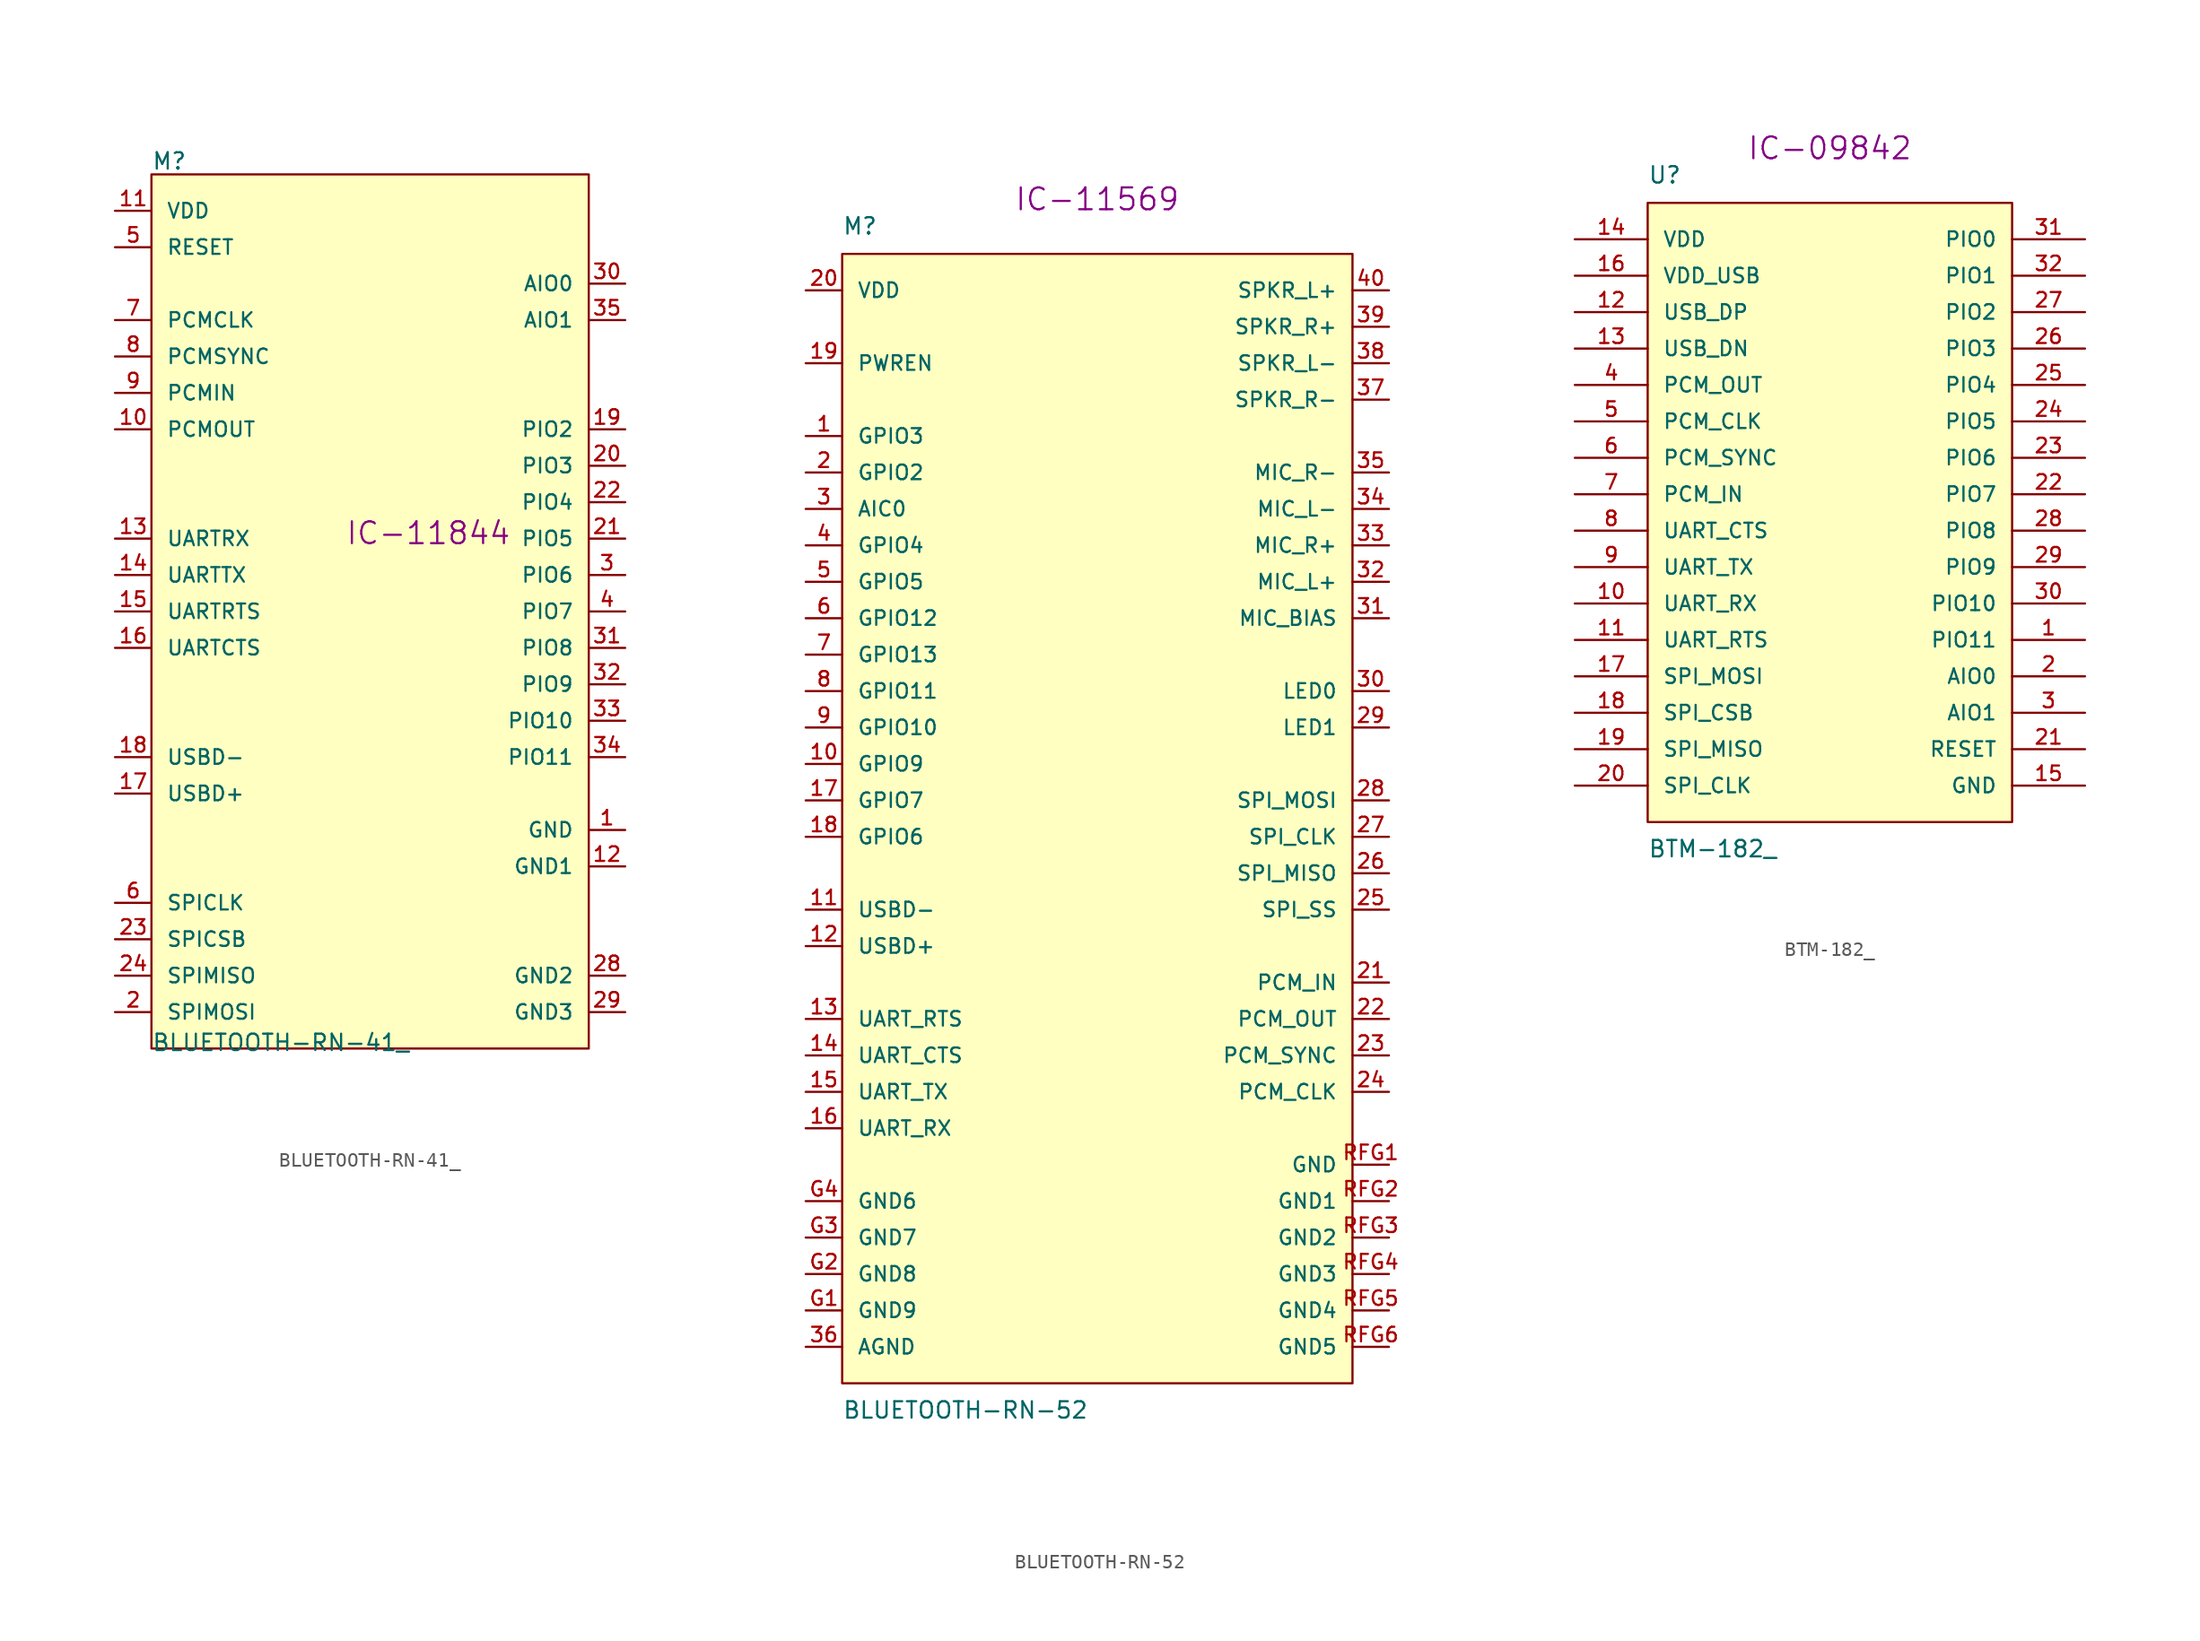
<source format=kicad_sym>
(kicad_symbol_lib
  (version 20201005)
  (generator kicad_symbol_editor)
  (symbol "BLUETOOTH-RN-41_"
    (pin_names
      (offset 1.016))
    (property "Reference" "M"
      (at -15.24 30.734 0)
      (effects (font (size 1.143 1.143)) (justify left bottom)))
    (property "Value" "BLUETOOTH-RN-41_"
      (at -15.24 -30.734 0)
      (effects (font (size 1.143 1.143)) (justify left bottom)))
    (property "Field4" "IC-11844"
      (at 4.064 5.461 0)
      (effects (font (size 1.524 1.524))))
    (property "ki_locked" ""
      (at 0 0 0)
      (effects (font (size 1.27 1.27))))
    (symbol "BLUETOOTH-RN-41__1_1"
      (polyline (pts (xy -15.24 -30.48) (xy 15.24 -30.48) (xy 15.24 30.48) (xy -15.24 30.48) (xy -15.24 -30.48)) (stroke (width 0)) (fill (type background)))
      (pin bidirectional line (at 17.78 -15.24 180) (length 2.54) (name "GND" (effects (font (size 1.016 1.016)))) (number "1" (effects (font (size 1.016 1.016)))))
      (pin bidirectional line (at -17.78 -27.94 0) (length 2.54) (name "SPIMOSI" (effects (font (size 1.016 1.016)))) (number "2" (effects (font (size 1.016 1.016)))))
      (pin bidirectional line (at 17.78 2.54 180) (length 2.54) (name "PIO6" (effects (font (size 1.016 1.016)))) (number "3" (effects (font (size 1.016 1.016)))))
      (pin bidirectional line (at 17.78 0 180) (length 2.54) (name "PIO7" (effects (font (size 1.016 1.016)))) (number "4" (effects (font (size 1.016 1.016)))))
      (pin bidirectional line (at -17.78 25.4 0) (length 2.54) (name "RESET" (effects (font (size 1.016 1.016)))) (number "5" (effects (font (size 1.016 1.016)))))
      (pin bidirectional line (at -17.78 -20.32 0) (length 2.54) (name "SPICLK" (effects (font (size 1.016 1.016)))) (number "6" (effects (font (size 1.016 1.016)))))
      (pin bidirectional line (at -17.78 20.32 0) (length 2.54) (name "PCMCLK" (effects (font (size 1.016 1.016)))) (number "7" (effects (font (size 1.016 1.016)))))
      (pin bidirectional line (at -17.78 17.78 0) (length 2.54) (name "PCMSYNC" (effects (font (size 1.016 1.016)))) (number "8" (effects (font (size 1.016 1.016)))))
      (pin bidirectional line (at -17.78 15.24 0) (length 2.54) (name "PCMIN" (effects (font (size 1.016 1.016)))) (number "9" (effects (font (size 1.016 1.016)))))
      (pin bidirectional line (at -17.78 12.7 0) (length 2.54) (name "PCMOUT" (effects (font (size 1.016 1.016)))) (number "10" (effects (font (size 1.016 1.016)))))
      (pin bidirectional line (at 17.78 10.16 180) (length 2.54) (name "PIO3" (effects (font (size 1.016 1.016)))) (number "20" (effects (font (size 1.016 1.016)))))
      (pin bidirectional line (at 17.78 22.86 180) (length 2.54) (name "AIO0" (effects (font (size 1.016 1.016)))) (number "30" (effects (font (size 1.016 1.016)))))
      (pin bidirectional line (at -17.78 27.94 0) (length 2.54) (name "VDD" (effects (font (size 1.016 1.016)))) (number "11" (effects (font (size 1.016 1.016)))))
      (pin bidirectional line (at 17.78 5.08 180) (length 2.54) (name "PIO5" (effects (font (size 1.016 1.016)))) (number "21" (effects (font (size 1.016 1.016)))))
      (pin bidirectional line (at 17.78 -2.54 180) (length 2.54) (name "PIO8" (effects (font (size 1.016 1.016)))) (number "31" (effects (font (size 1.016 1.016)))))
      (pin bidirectional line (at 17.78 -17.78 180) (length 2.54) (name "GND1" (effects (font (size 1.016 1.016)))) (number "12" (effects (font (size 1.016 1.016)))))
      (pin bidirectional line (at 17.78 7.62 180) (length 2.54) (name "PIO4" (effects (font (size 1.016 1.016)))) (number "22" (effects (font (size 1.016 1.016)))))
      (pin bidirectional line (at 17.78 -5.08 180) (length 2.54) (name "PIO9" (effects (font (size 1.016 1.016)))) (number "32" (effects (font (size 1.016 1.016)))))
      (pin bidirectional line (at -17.78 5.08 0) (length 2.54) (name "UARTRX" (effects (font (size 1.016 1.016)))) (number "13" (effects (font (size 1.016 1.016)))))
      (pin bidirectional line (at -17.78 -22.86 0) (length 2.54) (name "SPICSB" (effects (font (size 1.016 1.016)))) (number "23" (effects (font (size 1.016 1.016)))))
      (pin bidirectional line (at 17.78 -7.62 180) (length 2.54) (name "PIO10" (effects (font (size 1.016 1.016)))) (number "33" (effects (font (size 1.016 1.016)))))
      (pin bidirectional line (at -17.78 2.54 0) (length 2.54) (name "UARTTX" (effects (font (size 1.016 1.016)))) (number "14" (effects (font (size 1.016 1.016)))))
      (pin bidirectional line (at -17.78 -25.4 0) (length 2.54) (name "SPIMISO" (effects (font (size 1.016 1.016)))) (number "24" (effects (font (size 1.016 1.016)))))
      (pin bidirectional line (at 17.78 -10.16 180) (length 2.54) (name "PIO11" (effects (font (size 1.016 1.016)))) (number "34" (effects (font (size 1.016 1.016)))))
      (pin bidirectional line (at -17.78 0 0) (length 2.54) (name "UARTRTS" (effects (font (size 1.016 1.016)))) (number "15" (effects (font (size 1.016 1.016)))))
      (pin bidirectional line (at 17.78 20.32 180) (length 2.54) (name "AIO1" (effects (font (size 1.016 1.016)))) (number "35" (effects (font (size 1.016 1.016)))))
      (pin bidirectional line (at -17.78 -2.54 0) (length 2.54) (name "UARTCTS" (effects (font (size 1.016 1.016)))) (number "16" (effects (font (size 1.016 1.016)))))
      (pin bidirectional line (at -17.78 -12.7 0) (length 2.54) (name "USBD+" (effects (font (size 1.016 1.016)))) (number "17" (effects (font (size 1.016 1.016)))))
      (pin bidirectional line (at -17.78 -10.16 0) (length 2.54) (name "USBD-" (effects (font (size 1.016 1.016)))) (number "18" (effects (font (size 1.016 1.016)))))
      (pin bidirectional line (at 17.78 -25.4 180) (length 2.54) (name "GND2" (effects (font (size 1.016 1.016)))) (number "28" (effects (font (size 1.016 1.016)))))
      (pin bidirectional line (at 17.78 12.7 180) (length 2.54) (name "PIO2" (effects (font (size 1.016 1.016)))) (number "19" (effects (font (size 1.016 1.016)))))
      (pin bidirectional line (at 17.78 -27.94 180) (length 2.54) (name "GND3" (effects (font (size 1.016 1.016)))) (number "29" (effects (font (size 1.016 1.016)))))))
  (symbol "BLUETOOTH-RN-52"
    (pin_names
      (offset 1.016))
    (property "Reference" "M"
      (at -17.78 39.37 0)
      (effects (font (size 1.143 1.143)) (justify left bottom)))
    (property "Value" "BLUETOOTH-RN-52"
      (at -17.78 -43.18 0)
      (effects (font (size 1.143 1.143)) (justify left bottom)))
    (property "Field4" "IC-11569"
      (at 0 41.91 0)
      (effects (font (size 1.524 1.524))))
    (property "ki_locked" ""
      (at 0 0 0)
      (effects (font (size 1.27 1.27))))
    (symbol "BLUETOOTH-RN-52_1_1"
      (polyline (pts (xy -17.78 -40.64) (xy 17.78 -40.64) (xy 17.78 38.1) (xy -17.78 38.1) (xy -17.78 -40.64)) (stroke (width 0)) (fill (type background)))
      (pin bidirectional line (at -20.32 25.4 0) (length 2.54) (name "GPIO3" (effects (font (size 1.016 1.016)))) (number "1" (effects (font (size 1.016 1.016)))))
      (pin bidirectional line (at -20.32 22.86 0) (length 2.54) (name "GPIO2" (effects (font (size 1.016 1.016)))) (number "2" (effects (font (size 1.016 1.016)))))
      (pin bidirectional line (at -20.32 20.32 0) (length 2.54) (name "AIC0" (effects (font (size 1.016 1.016)))) (number "3" (effects (font (size 1.016 1.016)))))
      (pin bidirectional line (at -20.32 17.78 0) (length 2.54) (name "GPIO4" (effects (font (size 1.016 1.016)))) (number "4" (effects (font (size 1.016 1.016)))))
      (pin bidirectional line (at -20.32 15.24 0) (length 2.54) (name "GPIO5" (effects (font (size 1.016 1.016)))) (number "5" (effects (font (size 1.016 1.016)))))
      (pin bidirectional line (at -20.32 12.7 0) (length 2.54) (name "GPIO12" (effects (font (size 1.016 1.016)))) (number "6" (effects (font (size 1.016 1.016)))))
      (pin bidirectional line (at -20.32 10.16 0) (length 2.54) (name "GPIO13" (effects (font (size 1.016 1.016)))) (number "7" (effects (font (size 1.016 1.016)))))
      (pin bidirectional line (at -20.32 7.62 0) (length 2.54) (name "GPIO11" (effects (font (size 1.016 1.016)))) (number "8" (effects (font (size 1.016 1.016)))))
      (pin bidirectional line (at -20.32 5.08 0) (length 2.54) (name "GPIO10" (effects (font (size 1.016 1.016)))) (number "9" (effects (font (size 1.016 1.016)))))
      (pin bidirectional line (at -20.32 2.54 0) (length 2.54) (name "GPIO9" (effects (font (size 1.016 1.016)))) (number "10" (effects (font (size 1.016 1.016)))))
      (pin bidirectional line (at -20.32 35.56 0) (length 2.54) (name "VDD" (effects (font (size 1.016 1.016)))) (number "20" (effects (font (size 1.016 1.016)))))
      (pin bidirectional line (at 20.32 7.62 180) (length 2.54) (name "LED0" (effects (font (size 1.016 1.016)))) (number "30" (effects (font (size 1.016 1.016)))))
      (pin bidirectional line (at 20.32 35.56 180) (length 2.54) (name "SPKR_L+" (effects (font (size 1.016 1.016)))) (number "40" (effects (font (size 1.016 1.016)))))
      (pin bidirectional line (at -20.32 -7.62 0) (length 2.54) (name "USBD-" (effects (font (size 1.016 1.016)))) (number "11" (effects (font (size 1.016 1.016)))))
      (pin bidirectional line (at 20.32 -12.7 180) (length 2.54) (name "PCM_IN" (effects (font (size 1.016 1.016)))) (number "21" (effects (font (size 1.016 1.016)))))
      (pin bidirectional line (at 20.32 12.7 180) (length 2.54) (name "MIC_BIAS" (effects (font (size 1.016 1.016)))) (number "31" (effects (font (size 1.016 1.016)))))
      (pin bidirectional line (at -20.32 -35.56 0) (length 2.54) (name "GND9" (effects (font (size 1.016 1.016)))) (number "G1" (effects (font (size 1.016 1.016)))))
      (pin bidirectional line (at -20.32 -10.16 0) (length 2.54) (name "USBD+" (effects (font (size 1.016 1.016)))) (number "12" (effects (font (size 1.016 1.016)))))
      (pin bidirectional line (at 20.32 -15.24 180) (length 2.54) (name "PCM_OUT" (effects (font (size 1.016 1.016)))) (number "22" (effects (font (size 1.016 1.016)))))
      (pin bidirectional line (at 20.32 15.24 180) (length 2.54) (name "MIC_L+" (effects (font (size 1.016 1.016)))) (number "32" (effects (font (size 1.016 1.016)))))
      (pin bidirectional line (at -20.32 -33.02 0) (length 2.54) (name "GND8" (effects (font (size 1.016 1.016)))) (number "G2" (effects (font (size 1.016 1.016)))))
      (pin bidirectional line (at -20.32 -15.24 0) (length 2.54) (name "UART_RTS" (effects (font (size 1.016 1.016)))) (number "13" (effects (font (size 1.016 1.016)))))
      (pin bidirectional line (at 20.32 -17.78 180) (length 2.54) (name "PCM_SYNC" (effects (font (size 1.016 1.016)))) (number "23" (effects (font (size 1.016 1.016)))))
      (pin bidirectional line (at 20.32 17.78 180) (length 2.54) (name "MIC_R+" (effects (font (size 1.016 1.016)))) (number "33" (effects (font (size 1.016 1.016)))))
      (pin bidirectional line (at -20.32 -30.48 0) (length 2.54) (name "GND7" (effects (font (size 1.016 1.016)))) (number "G3" (effects (font (size 1.016 1.016)))))
      (pin bidirectional line (at -20.32 -17.78 0) (length 2.54) (name "UART_CTS" (effects (font (size 1.016 1.016)))) (number "14" (effects (font (size 1.016 1.016)))))
      (pin bidirectional line (at 20.32 -20.32 180) (length 2.54) (name "PCM_CLK" (effects (font (size 1.016 1.016)))) (number "24" (effects (font (size 1.016 1.016)))))
      (pin bidirectional line (at 20.32 20.32 180) (length 2.54) (name "MIC_L-" (effects (font (size 1.016 1.016)))) (number "34" (effects (font (size 1.016 1.016)))))
      (pin bidirectional line (at -20.32 -27.94 0) (length 2.54) (name "GND6" (effects (font (size 1.016 1.016)))) (number "G4" (effects (font (size 1.016 1.016)))))
      (pin bidirectional line (at -20.32 -20.32 0) (length 2.54) (name "UART_TX" (effects (font (size 1.016 1.016)))) (number "15" (effects (font (size 1.016 1.016)))))
      (pin bidirectional line (at 20.32 -7.62 180) (length 2.54) (name "SPI_SS" (effects (font (size 1.016 1.016)))) (number "25" (effects (font (size 1.016 1.016)))))
      (pin bidirectional line (at 20.32 22.86 180) (length 2.54) (name "MIC_R-" (effects (font (size 1.016 1.016)))) (number "35" (effects (font (size 1.016 1.016)))))
      (pin bidirectional line (at -20.32 -22.86 0) (length 2.54) (name "UART_RX" (effects (font (size 1.016 1.016)))) (number "16" (effects (font (size 1.016 1.016)))))
      (pin bidirectional line (at 20.32 -5.08 180) (length 2.54) (name "SPI_MISO" (effects (font (size 1.016 1.016)))) (number "26" (effects (font (size 1.016 1.016)))))
      (pin bidirectional line (at -20.32 -38.1 0) (length 2.54) (name "AGND" (effects (font (size 1.016 1.016)))) (number "36" (effects (font (size 1.016 1.016)))))
      (pin bidirectional line (at -20.32 0 0) (length 2.54) (name "GPIO7" (effects (font (size 1.016 1.016)))) (number "17" (effects (font (size 1.016 1.016)))))
      (pin bidirectional line (at 20.32 -2.54 180) (length 2.54) (name "SPI_CLK" (effects (font (size 1.016 1.016)))) (number "27" (effects (font (size 1.016 1.016)))))
      (pin bidirectional line (at 20.32 27.94 180) (length 2.54) (name "SPKR_R-" (effects (font (size 1.016 1.016)))) (number "37" (effects (font (size 1.016 1.016)))))
      (pin bidirectional line (at -20.32 -2.54 0) (length 2.54) (name "GPIO6" (effects (font (size 1.016 1.016)))) (number "18" (effects (font (size 1.016 1.016)))))
      (pin bidirectional line (at 20.32 0 180) (length 2.54) (name "SPI_MOSI" (effects (font (size 1.016 1.016)))) (number "28" (effects (font (size 1.016 1.016)))))
      (pin bidirectional line (at 20.32 30.48 180) (length 2.54) (name "SPKR_L-" (effects (font (size 1.016 1.016)))) (number "38" (effects (font (size 1.016 1.016)))))
      (pin bidirectional line (at -20.32 30.48 0) (length 2.54) (name "PWREN" (effects (font (size 1.016 1.016)))) (number "19" (effects (font (size 1.016 1.016)))))
      (pin bidirectional line (at 20.32 5.08 180) (length 2.54) (name "LED1" (effects (font (size 1.016 1.016)))) (number "29" (effects (font (size 1.016 1.016)))))
      (pin bidirectional line (at 20.32 33.02 180) (length 2.54) (name "SPKR_R+" (effects (font (size 1.016 1.016)))) (number "39" (effects (font (size 1.016 1.016)))))
      (pin bidirectional line (at 20.32 -25.4 180) (length 2.54) (name "GND" (effects (font (size 1.016 1.016)))) (number "RFG1" (effects (font (size 1.016 1.016)))))
      (pin bidirectional line (at 20.32 -27.94 180) (length 2.54) (name "GND1" (effects (font (size 1.016 1.016)))) (number "RFG2" (effects (font (size 1.016 1.016)))))
      (pin bidirectional line (at 20.32 -30.48 180) (length 2.54) (name "GND2" (effects (font (size 1.016 1.016)))) (number "RFG3" (effects (font (size 1.016 1.016)))))
      (pin bidirectional line (at 20.32 -33.02 180) (length 2.54) (name "GND3" (effects (font (size 1.016 1.016)))) (number "RFG4" (effects (font (size 1.016 1.016)))))
      (pin bidirectional line (at 20.32 -35.56 180) (length 2.54) (name "GND4" (effects (font (size 1.016 1.016)))) (number "RFG5" (effects (font (size 1.016 1.016)))))
      (pin bidirectional line (at 20.32 -38.1 180) (length 2.54) (name "GND5" (effects (font (size 1.016 1.016)))) (number "RFG6" (effects (font (size 1.016 1.016)))))))
  (symbol "BTM-182_"
    (pin_names
      (offset 1.016))
    (property "Reference" "U"
      (at -12.7 24.13 0)
      (effects (font (size 1.143 1.143)) (justify left bottom)))
    (property "Value" "BTM-182_"
      (at -12.7 -22.86 0)
      (effects (font (size 1.143 1.143)) (justify left bottom)))
    (property "Field4" "IC-09842"
      (at 0 26.67 0)
      (effects (font (size 1.524 1.524))))
    (property "ki_locked" ""
      (at 0 0 0)
      (effects (font (size 1.27 1.27))))
    (symbol "BTM-182__1_1"
      (polyline (pts (xy -12.7 -20.32) (xy 12.7 -20.32) (xy 12.7 22.86) (xy -12.7 22.86) (xy -12.7 -20.32)) (stroke (width 0)) (fill (type background)))
      (pin bidirectional line (at 17.78 -7.62 180) (length 5.08) (name "PIO11" (effects (font (size 1.016 1.016)))) (number "1" (effects (font (size 1.016 1.016)))))
      (pin bidirectional line (at 17.78 -10.16 180) (length 5.08) (name "AIO0" (effects (font (size 1.016 1.016)))) (number "2" (effects (font (size 1.016 1.016)))))
      (pin bidirectional line (at 17.78 -12.7 180) (length 5.08) (name "AIO1" (effects (font (size 1.016 1.016)))) (number "3" (effects (font (size 1.016 1.016)))))
      (pin bidirectional line (at -17.78 10.16 0) (length 5.08) (name "PCM_OUT" (effects (font (size 1.016 1.016)))) (number "4" (effects (font (size 1.016 1.016)))))
      (pin bidirectional line (at -17.78 7.62 0) (length 5.08) (name "PCM_CLK" (effects (font (size 1.016 1.016)))) (number "5" (effects (font (size 1.016 1.016)))))
      (pin bidirectional line (at -17.78 5.08 0) (length 5.08) (name "PCM_SYNC" (effects (font (size 1.016 1.016)))) (number "6" (effects (font (size 1.016 1.016)))))
      (pin bidirectional line (at -17.78 2.54 0) (length 5.08) (name "PCM_IN" (effects (font (size 1.016 1.016)))) (number "7" (effects (font (size 1.016 1.016)))))
      (pin bidirectional line (at -17.78 0 0) (length 5.08) (name "UART_CTS" (effects (font (size 1.016 1.016)))) (number "8" (effects (font (size 1.016 1.016)))))
      (pin bidirectional line (at -17.78 -2.54 0) (length 5.08) (name "UART_TX" (effects (font (size 1.016 1.016)))) (number "9" (effects (font (size 1.016 1.016)))))
      (pin bidirectional line (at -17.78 -5.08 0) (length 5.08) (name "UART_RX" (effects (font (size 1.016 1.016)))) (number "10" (effects (font (size 1.016 1.016)))))
      (pin bidirectional line (at -17.78 -17.78 0) (length 5.08) (name "SPI_CLK" (effects (font (size 1.016 1.016)))) (number "20" (effects (font (size 1.016 1.016)))))
      (pin bidirectional line (at 17.78 -5.08 180) (length 5.08) (name "PIO10" (effects (font (size 1.016 1.016)))) (number "30" (effects (font (size 1.016 1.016)))))
      (pin bidirectional line (at -17.78 -7.62 0) (length 5.08) (name "UART_RTS" (effects (font (size 1.016 1.016)))) (number "11" (effects (font (size 1.016 1.016)))))
      (pin bidirectional line (at 17.78 -15.24 180) (length 5.08) (name "RESET" (effects (font (size 1.016 1.016)))) (number "21" (effects (font (size 1.016 1.016)))))
      (pin bidirectional line (at 17.78 20.32 180) (length 5.08) (name "PIO0" (effects (font (size 1.016 1.016)))) (number "31" (effects (font (size 1.016 1.016)))))
      (pin bidirectional line (at -17.78 15.24 0) (length 5.08) (name "USB_DP" (effects (font (size 1.016 1.016)))) (number "12" (effects (font (size 1.016 1.016)))))
      (pin bidirectional line (at 17.78 2.54 180) (length 5.08) (name "PIO7" (effects (font (size 1.016 1.016)))) (number "22" (effects (font (size 1.016 1.016)))))
      (pin bidirectional line (at 17.78 17.78 180) (length 5.08) (name "PIO1" (effects (font (size 1.016 1.016)))) (number "32" (effects (font (size 1.016 1.016)))))
      (pin bidirectional line (at -17.78 12.7 0) (length 5.08) (name "USB_DN" (effects (font (size 1.016 1.016)))) (number "13" (effects (font (size 1.016 1.016)))))
      (pin bidirectional line (at 17.78 5.08 180) (length 5.08) (name "PIO6" (effects (font (size 1.016 1.016)))) (number "23" (effects (font (size 1.016 1.016)))))
      (pin bidirectional line (at -17.78 20.32 0) (length 5.08) (name "VDD" (effects (font (size 1.016 1.016)))) (number "14" (effects (font (size 1.016 1.016)))))
      (pin bidirectional line (at 17.78 7.62 180) (length 5.08) (name "PIO5" (effects (font (size 1.016 1.016)))) (number "24" (effects (font (size 1.016 1.016)))))
      (pin bidirectional line (at 17.78 -17.78 180) (length 5.08) (name "GND" (effects (font (size 1.016 1.016)))) (number "15" (effects (font (size 1.016 1.016)))))
      (pin bidirectional line (at 17.78 10.16 180) (length 5.08) (name "PIO4" (effects (font (size 1.016 1.016)))) (number "25" (effects (font (size 1.016 1.016)))))
      (pin bidirectional line (at -17.78 17.78 0) (length 5.08) (name "VDD_USB" (effects (font (size 1.016 1.016)))) (number "16" (effects (font (size 1.016 1.016)))))
      (pin bidirectional line (at 17.78 12.7 180) (length 5.08) (name "PIO3" (effects (font (size 1.016 1.016)))) (number "26" (effects (font (size 1.016 1.016)))))
      (pin bidirectional line (at -17.78 -10.16 0) (length 5.08) (name "SPI_MOSI" (effects (font (size 1.016 1.016)))) (number "17" (effects (font (size 1.016 1.016)))))
      (pin bidirectional line (at 17.78 15.24 180) (length 5.08) (name "PIO2" (effects (font (size 1.016 1.016)))) (number "27" (effects (font (size 1.016 1.016)))))
      (pin bidirectional line (at -17.78 -12.7 0) (length 5.08) (name "SPI_CSB" (effects (font (size 1.016 1.016)))) (number "18" (effects (font (size 1.016 1.016)))))
      (pin bidirectional line (at 17.78 0 180) (length 5.08) (name "PIO8" (effects (font (size 1.016 1.016)))) (number "28" (effects (font (size 1.016 1.016)))))
      (pin bidirectional line (at -17.78 -15.24 0) (length 5.08) (name "SPI_MISO" (effects (font (size 1.016 1.016)))) (number "19" (effects (font (size 1.016 1.016)))))
      (pin bidirectional line (at 17.78 -2.54 180) (length 5.08) (name "PIO9" (effects (font (size 1.016 1.016)))) (number "29" (effects (font (size 1.016 1.016))))))))
</source>
